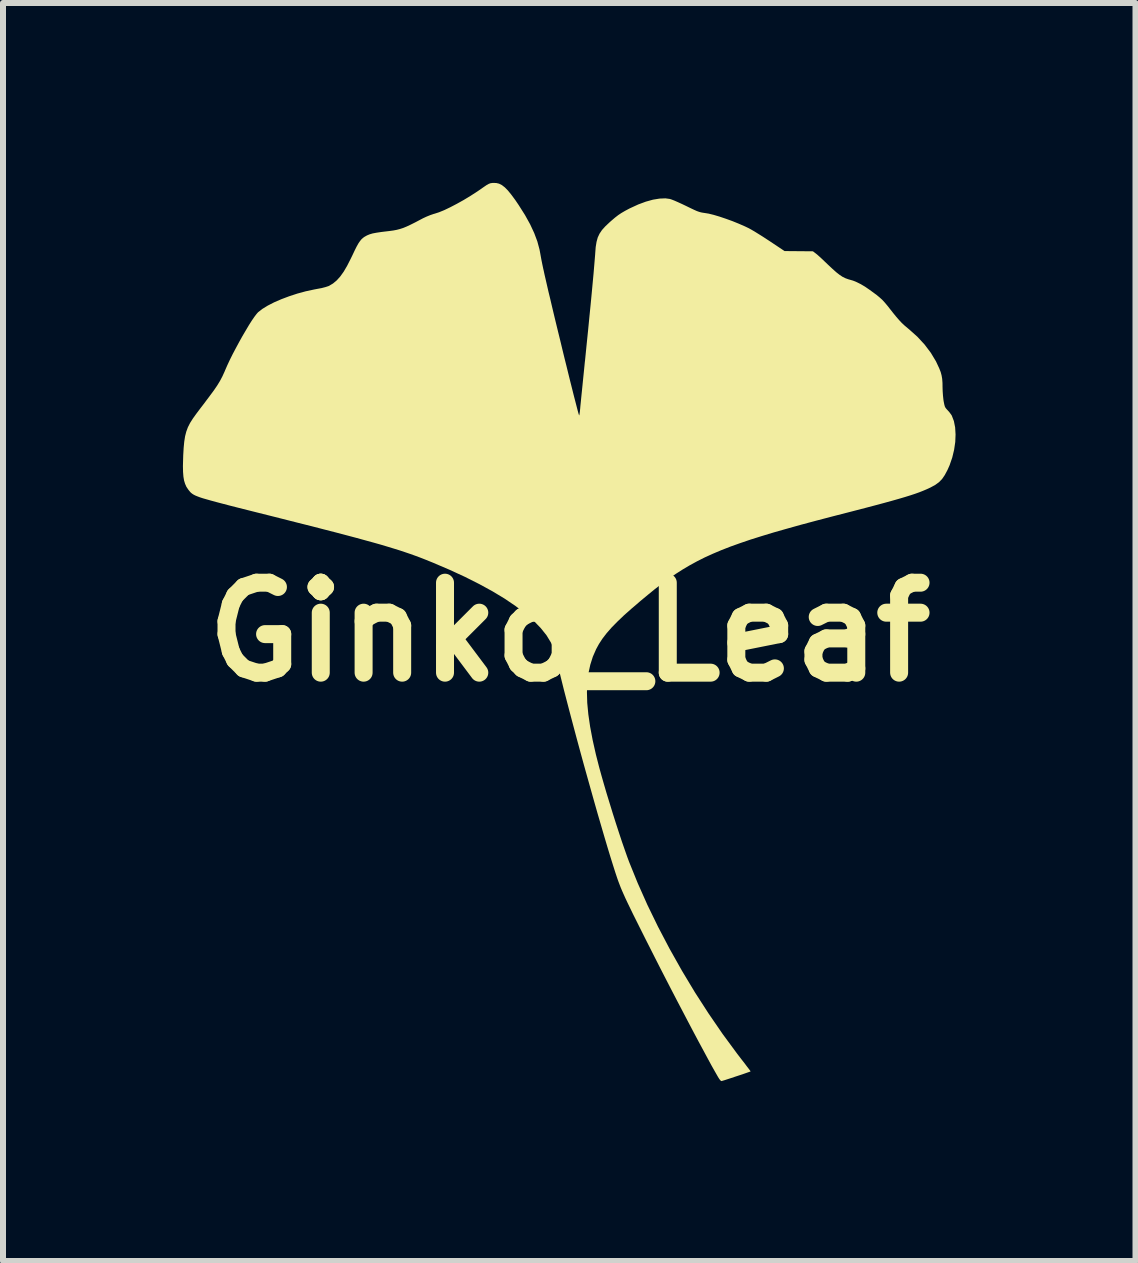
<source format=kicad_pcb>
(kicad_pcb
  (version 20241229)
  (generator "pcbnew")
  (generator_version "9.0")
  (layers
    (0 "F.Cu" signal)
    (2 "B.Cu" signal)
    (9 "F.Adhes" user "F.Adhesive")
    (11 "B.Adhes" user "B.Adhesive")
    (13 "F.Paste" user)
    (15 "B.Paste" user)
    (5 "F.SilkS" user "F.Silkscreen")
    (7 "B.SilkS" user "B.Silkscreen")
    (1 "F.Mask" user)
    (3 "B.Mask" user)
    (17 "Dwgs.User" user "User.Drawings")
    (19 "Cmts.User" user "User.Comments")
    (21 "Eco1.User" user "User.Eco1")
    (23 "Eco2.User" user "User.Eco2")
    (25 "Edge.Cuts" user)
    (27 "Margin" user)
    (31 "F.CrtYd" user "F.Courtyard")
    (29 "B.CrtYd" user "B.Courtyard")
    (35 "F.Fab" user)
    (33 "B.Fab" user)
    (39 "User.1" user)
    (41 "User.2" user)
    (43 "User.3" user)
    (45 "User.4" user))
  (footprint "Ginko_Leaf"
    (layer "F.Cu")
    (at 6.441 7.487)
    (property "Reference" "Ginko_Leaf" (at 0 0 0) (layer "F.SilkS") (effects (font (size 1.5 1.5) (thickness 0.3))))
    (attr board_only exclude_from_pos_files exclude_from_bom)
    (fp_poly (pts (xy -1.218 -7.486) (xy -1.171 -7.475) (xy -1.123 -7.451) (xy -1.074 -7.413) (xy -1.022 -7.36) (xy -0.965 -7.29) (xy -0.9 -7.202) (xy -0.843 -7.118) (xy -0.738 -6.952) (xy -0.652 -6.797) (xy -0.584 -6.651) (xy -0.532 -6.512) (xy -0.496 -6.378) (xy -0.486 -6.326) (xy -0.477 -6.276) (xy -0.465 -6.21) (xy -0.45 -6.135) (xy -0.434 -6.059) (xy -0.426 -6.025) (xy -0.412 -5.959) (xy -0.393 -5.877) (xy -0.371 -5.781) (xy -0.346 -5.672) (xy -0.317 -5.553) (xy -0.287 -5.425) (xy -0.255 -5.29) (xy -0.221 -5.149) (xy -0.186 -5.005) (xy -0.15 -4.859) (xy -0.115 -4.713) (xy -0.08 -4.569) (xy -0.045 -4.429) (xy -0.012 -4.294) (xy 0.02 -4.165) (xy 0.05 -4.046) (xy 0.077 -3.938) (xy 0.102 -3.842) (xy 0.123 -3.76) (xy 0.14 -3.694) (xy 0.153 -3.646) (xy 0.162 -3.618) (xy 0.165 -3.61) (xy 0.169 -3.621) (xy 0.174 -3.649) (xy 0.179 -3.689) (xy 0.179 -3.695) (xy 0.182 -3.722) (xy 0.186 -3.769) (xy 0.193 -3.836) (xy 0.201 -3.919) (xy 0.211 -4.016) (xy 0.222 -4.125) (xy 0.234 -4.244) (xy 0.247 -4.371) (xy 0.26 -4.502) (xy 0.263 -4.524) (xy 0.289 -4.784) (xy 0.314 -5.028) (xy 0.336 -5.254) (xy 0.357 -5.463) (xy 0.375 -5.652) (xy 0.391 -5.823) (xy 0.405 -5.973) (xy 0.416 -6.103) (xy 0.425 -6.211) (xy 0.432 -6.296) (xy 0.433 -6.313) (xy 0.441 -6.418) (xy 0.455 -6.504) (xy 0.475 -6.577) (xy 0.505 -6.641) (xy 0.546 -6.702) (xy 0.602 -6.764) (xy 0.674 -6.832) (xy 0.7 -6.855) (xy 0.762 -6.908) (xy 0.816 -6.95) (xy 0.87 -6.986) (xy 0.93 -7.021) (xy 1.003 -7.06) (xy 1.02 -7.068) (xy 1.15 -7.128) (xy 1.277 -7.175) (xy 1.396 -7.208) (xy 1.506 -7.226) (xy 1.603 -7.23) (xy 1.677 -7.22) (xy 1.708 -7.21) (xy 1.754 -7.192) (xy 1.813 -7.166) (xy 1.879 -7.136) (xy 1.948 -7.103) (xy 1.952 -7.101) (xy 2.026 -7.065) (xy 2.083 -7.038) (xy 2.128 -7.018) (xy 2.165 -7.005) (xy 2.197 -6.996) (xy 2.229 -6.99) (xy 2.257 -6.986) (xy 2.325 -6.975) (xy 2.41 -6.954) (xy 2.507 -6.925) (xy 2.611 -6.89) (xy 2.719 -6.851) (xy 2.825 -6.808) (xy 2.926 -6.764) (xy 2.993 -6.732) (xy 3.033 -6.71) (xy 3.088 -6.678) (xy 3.154 -6.637) (xy 3.226 -6.592) (xy 3.301 -6.543) (xy 3.344 -6.515) (xy 3.59 -6.351) (xy 3.826 -6.349) (xy 4.063 -6.347) (xy 4.109 -6.312) (xy 4.133 -6.293) (xy 4.169 -6.261) (xy 4.215 -6.219) (xy 4.266 -6.17) (xy 4.311 -6.127) (xy 4.388 -6.055) (xy 4.453 -5.997) (xy 4.508 -5.954) (xy 4.558 -5.921) (xy 4.605 -5.898) (xy 4.652 -5.881) (xy 4.666 -5.877) (xy 4.732 -5.858) (xy 4.795 -5.832) (xy 4.861 -5.799) (xy 4.932 -5.757) (xy 5.012 -5.702) (xy 5.106 -5.633) (xy 5.119 -5.624) (xy 5.171 -5.581) (xy 5.218 -5.539) (xy 5.263 -5.49) (xy 5.314 -5.429) (xy 5.337 -5.399) (xy 5.4 -5.319) (xy 5.453 -5.254) (xy 5.5 -5.2) (xy 5.544 -5.153) (xy 5.59 -5.11) (xy 5.641 -5.067) (xy 5.672 -5.041) (xy 5.805 -4.922) (xy 5.925 -4.792) (xy 6.029 -4.654) (xy 6.115 -4.511) (xy 6.169 -4.395) (xy 6.193 -4.334) (xy 6.208 -4.278) (xy 6.218 -4.22) (xy 6.223 -4.153) (xy 6.224 -4.083) (xy 6.226 -4.016) (xy 6.231 -3.943) (xy 6.238 -3.877) (xy 6.242 -3.849) (xy 6.252 -3.798) (xy 6.261 -3.763) (xy 6.274 -3.737) (xy 6.292 -3.715) (xy 6.308 -3.698) (xy 6.339 -3.663) (xy 6.367 -3.625) (xy 6.378 -3.608) (xy 6.413 -3.517) (xy 6.434 -3.411) (xy 6.441 -3.293) (xy 6.436 -3.168) (xy 6.417 -3.039) (xy 6.386 -2.909) (xy 6.342 -2.781) (xy 6.306 -2.7) (xy 6.261 -2.616) (xy 6.216 -2.55) (xy 6.164 -2.497) (xy 6.102 -2.452) (xy 6.023 -2.409) (xy 6.01 -2.403) (xy 5.956 -2.378) (xy 5.899 -2.354) (xy 5.836 -2.329) (xy 5.766 -2.304) (xy 5.687 -2.278) (xy 5.597 -2.25) (xy 5.495 -2.22) (xy 5.379 -2.187) (xy 5.248 -2.151) (xy 5.099 -2.111) (xy 4.932 -2.067) (xy 4.743 -2.018) (xy 4.689 -2.004) (xy 4.393 -1.928) (xy 4.118 -1.856) (xy 3.864 -1.788) (xy 3.628 -1.722) (xy 3.41 -1.66) (xy 3.209 -1.599) (xy 3.021 -1.54) (xy 2.848 -1.481) (xy 2.686 -1.423) (xy 2.535 -1.364) (xy 2.393 -1.304) (xy 2.259 -1.243) (xy 2.132 -1.179) (xy 2.009 -1.112) (xy 1.891 -1.042) (xy 1.775 -0.968) (xy 1.66 -0.889) (xy 1.545 -0.805) (xy 1.428 -0.715) (xy 1.309 -0.618) (xy 1.185 -0.515) (xy 1.055 -0.403) (xy 1.046 -0.396) (xy 0.914 -0.279) (xy 0.801 -0.171) (xy 0.704 -0.072) (xy 0.622 0.022) (xy 0.553 0.112) (xy 0.495 0.201) (xy 0.448 0.287) (xy 0.393 0.413) (xy 0.351 0.546) (xy 0.32 0.688) (xy 0.301 0.841) (xy 0.295 1.005) (xy 0.3 1.182) (xy 0.318 1.372) (xy 0.348 1.578) (xy 0.39 1.801) (xy 0.444 2.041) (xy 0.499 2.256) (xy 0.536 2.39) (xy 0.578 2.537) (xy 0.624 2.694) (xy 0.674 2.857) (xy 0.725 3.023) (xy 0.777 3.187) (xy 0.829 3.347) (xy 0.879 3.498) (xy 0.927 3.636) (xy 0.97 3.758) (xy 0.998 3.833) (xy 1.141 4.186) (xy 1.302 4.548) (xy 1.48 4.914) (xy 1.673 5.282) (xy 1.879 5.648) (xy 2.096 6.009) (xy 2.323 6.361) (xy 2.557 6.702) (xy 2.797 7.028) (xy 2.879 7.135) (xy 2.923 7.191) (xy 2.961 7.242) (xy 2.992 7.282) (xy 3.014 7.311) (xy 3.023 7.325) (xy 3.024 7.326) (xy 3.013 7.331) (xy 2.984 7.341) (xy 2.941 7.356) (xy 2.887 7.375) (xy 2.826 7.395) (xy 2.762 7.416) (xy 2.699 7.437) (xy 2.641 7.456) (xy 2.592 7.472) (xy 2.555 7.483) (xy 2.537 7.488) (xy 2.524 7.48) (xy 2.504 7.456) (xy 2.481 7.42) (xy 2.476 7.411) (xy 2.429 7.329) (xy 2.372 7.228) (xy 2.308 7.11) (xy 2.236 6.976) (xy 2.157 6.83) (xy 2.073 6.672) (xy 1.985 6.505) (xy 1.894 6.331) (xy 1.8 6.152) (xy 1.705 5.969) (xy 1.61 5.785) (xy 1.516 5.602) (xy 1.424 5.421) (xy 1.335 5.245) (xy 1.271 5.119) (xy 1.194 4.965) (xy 1.127 4.831) (xy 1.068 4.713) (xy 1.018 4.61) (xy 0.975 4.521) (xy 0.938 4.443) (xy 0.907 4.374) (xy 0.88 4.313) (xy 0.857 4.258) (xy 0.837 4.206) (xy 0.818 4.156) (xy 0.801 4.108) (xy 0.767 4.006) (xy 0.728 3.883) (xy 0.684 3.742) (xy 0.636 3.584) (xy 0.585 3.412) (xy 0.531 3.227) (xy 0.474 3.032) (xy 0.416 2.828) (xy 0.357 2.618) (xy 0.297 2.404) (xy 0.237 2.189) (xy 0.178 1.973) (xy 0.12 1.759) (xy 0.064 1.549) (xy 0.01 1.345) (xy -0.041 1.15) (xy -0.089 0.965) (xy -0.132 0.792) (xy -0.171 0.634) (xy -0.194 0.54) (xy -0.216 0.447) (xy -0.235 0.372) (xy -0.252 0.312) (xy -0.267 0.265) (xy -0.283 0.224) (xy -0.299 0.188) (xy -0.308 0.172) (xy -0.38 0.054) (xy -0.476 -0.066) (xy -0.593 -0.187) (xy -0.733 -0.309) (xy -0.893 -0.431) (xy -1.074 -0.554) (xy -1.276 -0.676) (xy -1.497 -0.797) (xy -1.737 -0.918) (xy -1.995 -1.037) (xy -2.271 -1.155) (xy -2.412 -1.212) (xy -2.489 -1.242) (xy -2.567 -1.271) (xy -2.648 -1.3) (xy -2.733 -1.329) (xy -2.823 -1.359) (xy -2.92 -1.389) (xy -3.025 -1.421) (xy -3.138 -1.455) (xy -3.262 -1.49) (xy -3.397 -1.527) (xy -3.546 -1.568) (xy -3.708 -1.611) (xy -3.886 -1.658) (xy -4.081 -1.708) (xy -4.293 -1.763) (xy -4.525 -1.821) (xy -4.777 -1.885) (xy -4.999 -1.941) (xy -5.195 -1.99) (xy -5.37 -2.034) (xy -5.525 -2.073) (xy -5.662 -2.108) (xy -5.78 -2.139) (xy -5.883 -2.166) (xy -5.971 -2.19) (xy -6.045 -2.211) (xy -6.108 -2.229) (xy -6.16 -2.246) (xy -6.202 -2.262) (xy -6.236 -2.276) (xy -6.263 -2.29) (xy -6.285 -2.304) (xy -6.303 -2.318) (xy -6.318 -2.332) (xy -6.331 -2.348) (xy -6.345 -2.365) (xy -6.356 -2.38) (xy -6.384 -2.422) (xy -6.405 -2.47) (xy -6.422 -2.525) (xy -6.433 -2.591) (xy -6.439 -2.67) (xy -6.441 -2.766) (xy -6.438 -2.88) (xy -6.436 -2.948) (xy -6.429 -3.07) (xy -6.419 -3.174) (xy -6.405 -3.263) (xy -6.385 -3.341) (xy -6.358 -3.414) (xy -6.322 -3.485) (xy -6.275 -3.559) (xy -6.217 -3.64) (xy -6.198 -3.665) (xy -6.153 -3.725) (xy -6.1 -3.794) (xy -6.046 -3.866) (xy -5.997 -3.931) (xy -5.995 -3.934) (xy -5.926 -4.027) (xy -5.87 -4.109) (xy -5.823 -4.186) (xy -5.783 -4.262) (xy -5.746 -4.343) (xy -5.737 -4.365) (xy -5.702 -4.445) (xy -5.66 -4.535) (xy -5.612 -4.632) (xy -5.559 -4.732) (xy -5.504 -4.834) (xy -5.449 -4.933) (xy -5.393 -5.028) (xy -5.341 -5.116) (xy -5.292 -5.193) (xy -5.248 -5.257) (xy -5.212 -5.304) (xy -5.189 -5.33) (xy -5.119 -5.385) (xy -5.028 -5.441) (xy -4.921 -5.496) (xy -4.801 -5.548) (xy -4.671 -5.597) (xy -4.534 -5.642) (xy -4.394 -5.68) (xy -4.255 -5.71) (xy -4.203 -5.72) (xy -4.128 -5.734) (xy -4.063 -5.751) (xy -4.014 -5.767) (xy -4.003 -5.772) (xy -3.938 -5.811) (xy -3.877 -5.862) (xy -3.819 -5.926) (xy -3.761 -6.007) (xy -3.703 -6.106) (xy -3.642 -6.226) (xy -3.619 -6.273) (xy -3.578 -6.36) (xy -3.544 -6.428) (xy -3.514 -6.481) (xy -3.487 -6.52) (xy -3.461 -6.551) (xy -3.433 -6.575) (xy -3.413 -6.589) (xy -3.372 -6.612) (xy -3.329 -6.63) (xy -3.278 -6.645) (xy -3.214 -6.657) (xy -3.134 -6.669) (xy -3.077 -6.676) (xy -3 -6.685) (xy -2.934 -6.694) (xy -2.876 -6.705) (xy -2.822 -6.719) (xy -2.767 -6.737) (xy -2.709 -6.761) (xy -2.643 -6.792) (xy -2.565 -6.831) (xy -2.472 -6.88) (xy -2.438 -6.898) (xy -2.38 -6.925) (xy -2.316 -6.951) (xy -2.257 -6.971) (xy -2.245 -6.974) (xy -2.171 -6.998) (xy -2.083 -7.034) (xy -1.983 -7.082) (xy -1.874 -7.139) (xy -1.759 -7.203) (xy -1.642 -7.274) (xy -1.526 -7.349) (xy -1.421 -7.422) (xy -1.377 -7.452) (xy -1.343 -7.471) (xy -1.313 -7.482) (xy -1.279 -7.487) (xy -1.268 -7.487)) (stroke (width 0) (type solid)) (fill yes) (layer "F.SilkS")))
  (gr_rect
    (start -3 -3)
    (end 15.882 17.975)
    (stroke (width 0.1) (type default))
    (fill no)
    (layer "Edge.Cuts")))
</source>
